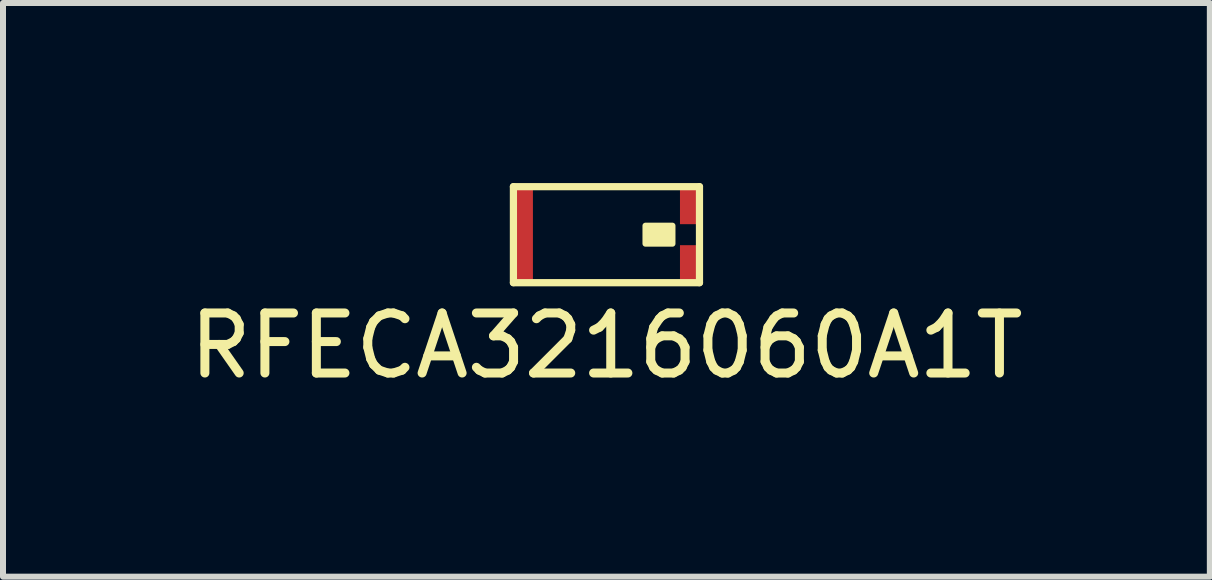
<source format=kicad_pcb>
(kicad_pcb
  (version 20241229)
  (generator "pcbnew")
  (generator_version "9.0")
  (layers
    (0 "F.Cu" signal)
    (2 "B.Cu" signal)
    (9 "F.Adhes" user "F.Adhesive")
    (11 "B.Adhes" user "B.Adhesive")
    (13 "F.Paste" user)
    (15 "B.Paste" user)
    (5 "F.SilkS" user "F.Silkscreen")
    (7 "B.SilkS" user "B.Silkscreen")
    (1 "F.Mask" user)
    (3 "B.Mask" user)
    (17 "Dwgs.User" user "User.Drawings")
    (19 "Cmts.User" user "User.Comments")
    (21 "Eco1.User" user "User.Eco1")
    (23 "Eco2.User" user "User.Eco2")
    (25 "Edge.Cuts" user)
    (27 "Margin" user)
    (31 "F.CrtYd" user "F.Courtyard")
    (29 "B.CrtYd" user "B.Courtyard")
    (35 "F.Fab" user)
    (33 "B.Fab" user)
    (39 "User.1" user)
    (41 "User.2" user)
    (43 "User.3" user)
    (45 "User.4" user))
  (footprint "RFECA3216060A1T"
    (layer "F.Cu")
    (at 7.054 0.86)
    (property "Reference" "RFECA3216060A1T" (at 0 1.85 0) (layer "F.SilkS") (effects (font (size 1 1) (thickness 0.15))))
    (attr through_hole)
    (fp_line (start -1.55 -0.8) (end -1.55 0.8) (stroke (width 0.12) (type solid)) (layer "F.SilkS"))
    (fp_line (start -1.55 0.8) (end 1.55 0.8) (stroke (width 0.12) (type solid)) (layer "F.SilkS"))
    (fp_line (start 1.55 -0.8) (end -1.55 -0.8) (stroke (width 0.12) (type solid)) (layer "F.SilkS"))
    (fp_line (start 1.55 0.8) (end 1.55 -0.8) (stroke (width 0.12) (type solid)) (layer "F.SilkS"))
    (fp_poly (pts (xy 1.1 0.15) (xy 0.65 0.15) (xy 0.65 -0.15) (xy 1.1 -0.15)) (stroke (width 0.1) (type solid)) (fill yes) (layer "F.SilkS"))
    (pad "1" smd rect (at 1.4 -0.5) (size 0.35 0.65) (layers "F.Cu" "F.Mask" "F.Paste"))
    (pad "2" smd rect (at 1.4 0.5) (size 0.35 0.65) (layers "F.Cu" "F.Mask" "F.Paste"))
    (pad "3" smd rect (at -1.4 0) (size 0.35 1.6) (layers "F.Cu" "F.Mask" "F.Paste")))
  (gr_rect
    (start -3 -3)
    (end 17.107 6.558)
    (stroke (width 0.1) (type default))
    (fill no)
    (layer "Edge.Cuts")))
</source>
